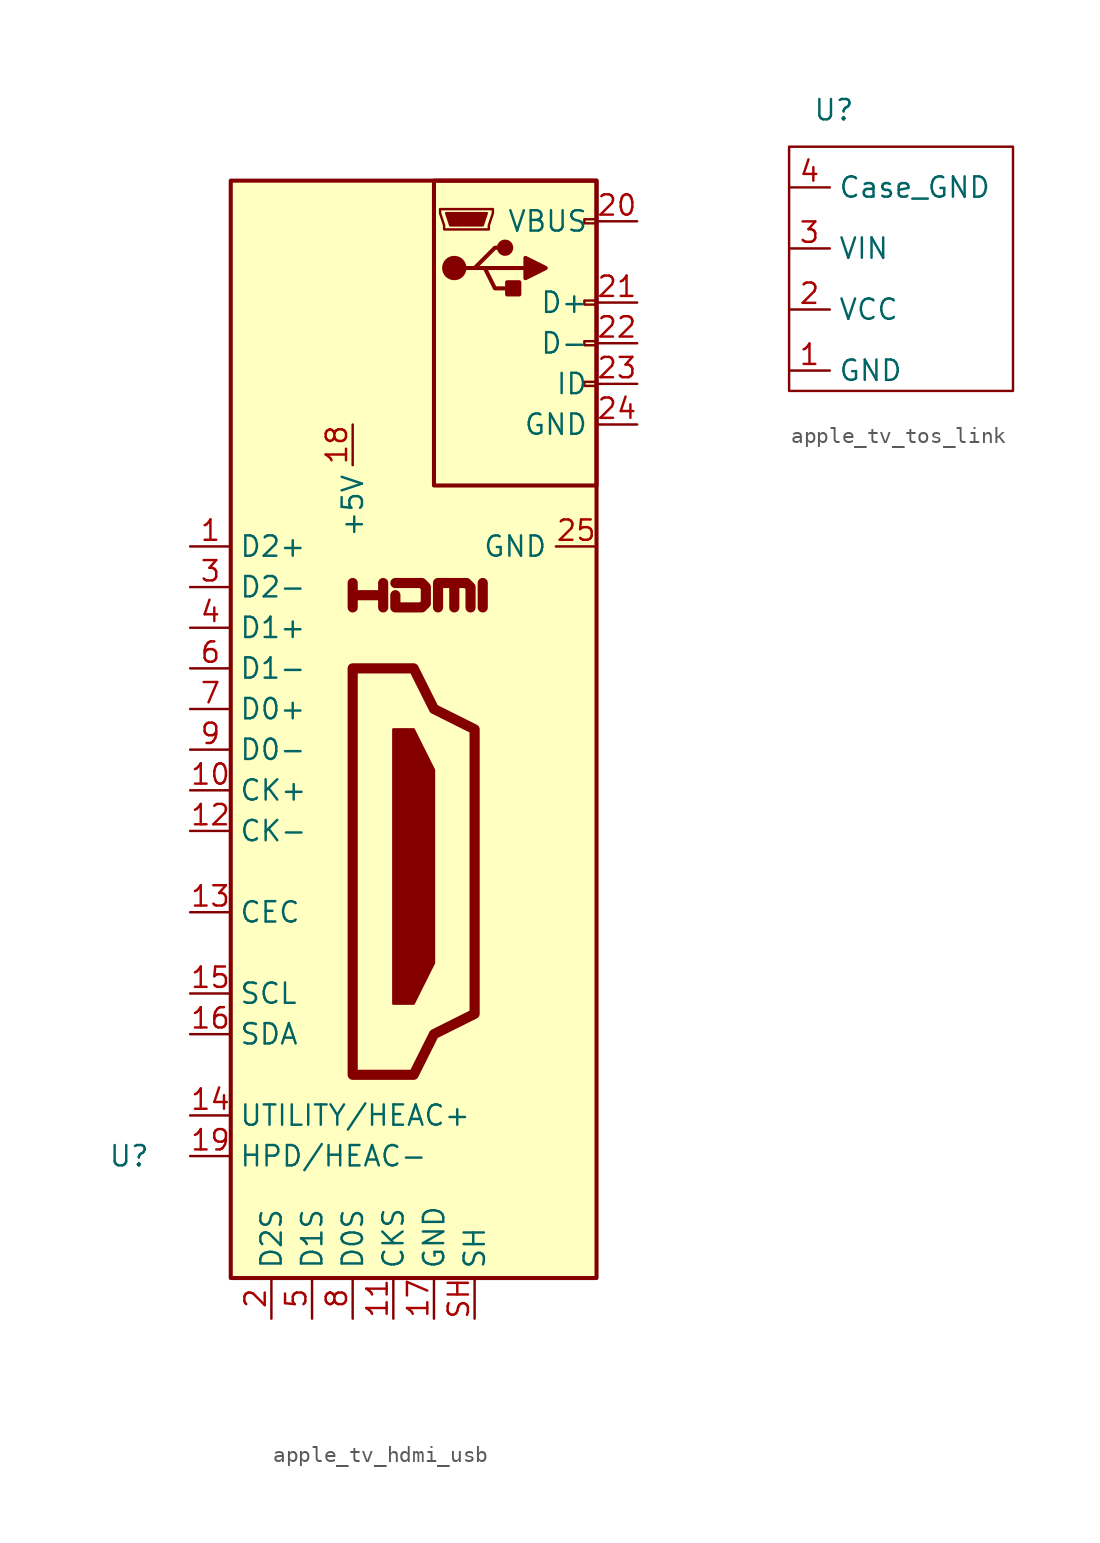
<source format=kicad_sym>
(kicad_symbol_lib
  (version 20231120)
  (generator "kicad_symbol_editor")
  (generator_version "8.0")
  (symbol "apple_tv_hdmi_usb"
    (property "Reference" "U"
      (at -15.24 -20.32 0)
      (effects (font (size 1.27 1.27))))
    (property "Value" ""
      (at -15.24 -20.32 0)
      (effects (font (size 1.27 1.27))))
    (symbol "apple_tv_hdmi_usb_0_0"
      (polyline (pts (xy 6.858 13.97) (xy 6.858 15.494)) (stroke (width 0.635) (type default)) (fill (type none)))
      (polyline (pts (xy -1.27 13.97) (xy -1.27 15.494) (xy -1.27 14.732) (xy 0.635 14.732) (xy 0.635 15.494) (xy 0.635 13.97)) (stroke (width 0.635) (type default)) (fill (type none)))
      (polyline (pts (xy 1.397 15.494) (xy 3.048 15.494) (xy 3.302 15.24) (xy 3.302 14.224) (xy 3.048 13.97) (xy 1.397 13.97) (xy 1.397 14.732)) (stroke (width 0.635) (type default)) (fill (type none))))
    (symbol "apple_tv_hdmi_usb_0_1"
      (rectangle (start -8.89 40.64) (end 13.97 -27.94) (stroke (width 0.254) (type default)) (fill (type background)))
      (polyline (pts (xy 6.985 35.179) (xy 9.525 35.179)) (stroke (width 0.254) (type default)) (fill (type none)))
      (polyline (pts (xy 5.715 35.179) (xy 6.35 35.179) (xy 7.62 36.449) (xy 8.255 36.449)) (stroke (width 0.254) (type default)) (fill (type none)))
      (polyline (pts (xy 6.35 35.179) (xy 6.985 35.179) (xy 7.62 33.909) (xy 8.89 33.909)) (stroke (width 0.254) (type default)) (fill (type none)))
      (polyline (pts (xy 9.525 35.814) (xy 9.525 34.544) (xy 10.795 35.179) (xy 9.525 35.814)) (stroke (width 0.254) (type default)) (fill (type outline)))
      (polyline (pts (xy 4.572 38.608) (xy 7.112 38.608) (xy 6.858 37.846) (xy 4.826 37.846) (xy 4.572 38.608)) (stroke (width 0) (type default)) (fill (type outline)))
      (polyline (pts (xy 1.27 6.35) (xy 2.54 6.35) (xy 3.81 3.81) (xy 3.81 -8.255) (xy 2.54 -10.795) (xy 1.27 -10.795) (xy 1.27 6.35)) (stroke (width 0) (type default)) (fill (type outline)))
      (polyline (pts (xy 4.064 13.97) (xy 4.064 15.494) (xy 5.08 15.494) (xy 5.08 13.97) (xy 5.08 15.494) (xy 5.842 15.494) (xy 6.096 15.24) (xy 6.096 13.97)) (stroke (width 0.635) (type default)) (fill (type none)))
      (polyline (pts (xy -1.27 10.16) (xy -1.27 -15.24) (xy 2.54 -15.24) (xy 3.81 -12.7) (xy 6.35 -11.43) (xy 6.35 6.35) (xy 3.81 7.62) (xy 2.54 10.16) (xy -1.27 10.16)) (stroke (width 0.635) (type default)) (fill (type none)))
      (polyline (pts (xy 4.191 38.862) (xy 4.191 38.608) (xy 4.445 37.846) (xy 4.445 37.592) (xy 7.239 37.592) (xy 7.239 37.846) (xy 7.493 38.608) (xy 7.493 38.862) (xy 4.191 38.862)) (stroke (width 0) (type default)) (fill (type none)))
      (rectangle (start 3.81 40.64) (end 13.97 21.59) (stroke (width 0.254) (type default)) (fill (type background)))
      (circle (center 5.08 35.179) (radius 0.635) (stroke (width 0.254) (type default)) (fill (type outline)))
      (circle (center 8.255 36.449) (radius 0.381) (stroke (width 0.254) (type default)) (fill (type outline)))
      (rectangle (start 9.144 34.29) (end 8.382 33.528) (stroke (width 0.254) (type default)) (fill (type outline)))
      (rectangle (start 13.97 27.813) (end 13.208 28.067) (stroke (width 0) (type default)) (fill (type none)))
      (rectangle (start 13.97 30.353) (end 13.208 30.607) (stroke (width 0) (type default)) (fill (type none)))
      (rectangle (start 13.97 32.893) (end 13.208 33.147) (stroke (width 0) (type default)) (fill (type none)))
      (rectangle (start 13.97 37.973) (end 13.208 38.227) (stroke (width 0) (type default)) (fill (type none))))
    (symbol "apple_tv_hdmi_usb_1_1"
      (pin passive line (at -11.43 17.78 0) (length 2.54) (name "D2+" (effects (font (size 1.27 1.27)))) (number "1" (effects (font (size 1.27 1.27)))))
      (pin passive line (at -11.43 2.54 0) (length 2.54) (name "CK+" (effects (font (size 1.27 1.27)))) (number "10" (effects (font (size 1.27 1.27)))))
      (pin power_in line (at 1.27 -30.48 90) (length 2.54) (name "CKS" (effects (font (size 1.27 1.27)))) (number "11" (effects (font (size 1.27 1.27)))))
      (pin passive line (at -11.43 0 0) (length 2.54) (name "CK-" (effects (font (size 1.27 1.27)))) (number "12" (effects (font (size 1.27 1.27)))))
      (pin bidirectional line (at -11.43 -5.08 0) (length 2.54) (name "CEC" (effects (font (size 1.27 1.27)))) (number "13" (effects (font (size 1.27 1.27)))))
      (pin passive line (at -11.43 -17.78 0) (length 2.54) (name "UTILITY/HEAC+" (effects (font (size 1.27 1.27)))) (number "14" (effects (font (size 1.27 1.27)))))
      (pin passive line (at -11.43 -10.16 0) (length 2.54) (name "SCL" (effects (font (size 1.27 1.27)))) (number "15" (effects (font (size 1.27 1.27)))))
      (pin bidirectional line (at -11.43 -12.7 0) (length 2.54) (name "SDA" (effects (font (size 1.27 1.27)))) (number "16" (effects (font (size 1.27 1.27)))))
      (pin power_in line (at 3.81 -30.48 90) (length 2.54) (name "GND" (effects (font (size 1.27 1.27)))) (number "17" (effects (font (size 1.27 1.27)))))
      (pin power_in line (at -1.27 25.4 270) (length 2.54) (name "+5V" (effects (font (size 1.27 1.27)))) (number "18" (effects (font (size 1.27 1.27)))))
      (pin passive line (at -11.43 -20.32 0) (length 2.54) (name "HPD/HEAC-" (effects (font (size 1.27 1.27)))) (number "19" (effects (font (size 1.27 1.27)))))
      (pin power_in line (at -6.35 -30.48 90) (length 2.54) (name "D2S" (effects (font (size 1.27 1.27)))) (number "2" (effects (font (size 1.27 1.27)))))
      (pin passive line (at 16.51 38.1 180) (length 2.54) (name "VBUS" (effects (font (size 1.27 1.27)))) (number "20" (effects (font (size 1.27 1.27)))))
      (pin bidirectional line (at 16.51 33.02 180) (length 2.54) (name "D+" (effects (font (size 1.27 1.27)))) (number "21" (effects (font (size 1.27 1.27)))))
      (pin bidirectional line (at 16.51 30.48 180) (length 2.54) (name "D-" (effects (font (size 1.27 1.27)))) (number "22" (effects (font (size 1.27 1.27)))))
      (pin passive line (at 16.51 27.94 180) (length 2.54) (name "ID" (effects (font (size 1.27 1.27)))) (number "23" (effects (font (size 1.27 1.27)))))
      (pin passive line (at 16.51 25.4 180) (length 2.54) (name "GND" (effects (font (size 1.27 1.27)))) (number "24" (effects (font (size 1.27 1.27)))))
      (pin passive line (at 13.97 17.78 180) (length 2.54) (name "GND" (effects (font (size 1.27 1.27)))) (number "25" (effects (font (size 1.27 1.27)))))
      (pin passive line (at -11.43 15.24 0) (length 2.54) (name "D2-" (effects (font (size 1.27 1.27)))) (number "3" (effects (font (size 1.27 1.27)))))
      (pin passive line (at -11.43 12.7 0) (length 2.54) (name "D1+" (effects (font (size 1.27 1.27)))) (number "4" (effects (font (size 1.27 1.27)))))
      (pin power_in line (at -3.81 -30.48 90) (length 2.54) (name "D1S" (effects (font (size 1.27 1.27)))) (number "5" (effects (font (size 1.27 1.27)))))
      (pin passive line (at -11.43 10.16 0) (length 2.54) (name "D1-" (effects (font (size 1.27 1.27)))) (number "6" (effects (font (size 1.27 1.27)))))
      (pin passive line (at -11.43 7.62 0) (length 2.54) (name "D0+" (effects (font (size 1.27 1.27)))) (number "7" (effects (font (size 1.27 1.27)))))
      (pin power_in line (at -1.27 -30.48 90) (length 2.54) (name "D0S" (effects (font (size 1.27 1.27)))) (number "8" (effects (font (size 1.27 1.27)))))
      (pin passive line (at -11.43 5.08 0) (length 2.54) (name "D0-" (effects (font (size 1.27 1.27)))) (number "9" (effects (font (size 1.27 1.27)))))
      (pin passive line (at 6.35 -30.48 90) (length 2.54) (name "SH" (effects (font (size 1.27 1.27)))) (number "SH" (effects (font (size 1.27 1.27)))))))
  (symbol "apple_tv_tos_link"
    (property "Reference" "U"
      (at -4.826 8.636 0)
      (effects (font (size 1.27 1.27))))
    (property "Value" ""
      (at -5.08 0 0)
      (effects (font (size 1.27 1.27))))
    (symbol "apple_tv_tos_link_0_1"
      (rectangle (start -7.62 6.35) (end 6.35 -8.89) (stroke (width 0) (type default)) (fill (type none))))
    (symbol "apple_tv_tos_link_1_1"
      (pin input line (at -7.62 -7.62 0) (length 2.54) (name "GND" (effects (font (size 1.27 1.27)))) (number "1" (effects (font (size 1.27 1.27)))))
      (pin input line (at -7.62 -3.81 0) (length 2.54) (name "VCC" (effects (font (size 1.27 1.27)))) (number "2" (effects (font (size 1.27 1.27)))))
      (pin input line (at -7.62 0 0) (length 2.54) (name "VIN" (effects (font (size 1.27 1.27)))) (number "3" (effects (font (size 1.27 1.27)))))
      (pin input line (at -7.62 3.81 0) (length 2.54) (name "Case_GND" (effects (font (size 1.27 1.27)))) (number "4" (effects (font (size 1.27 1.27))))))))
</source>
